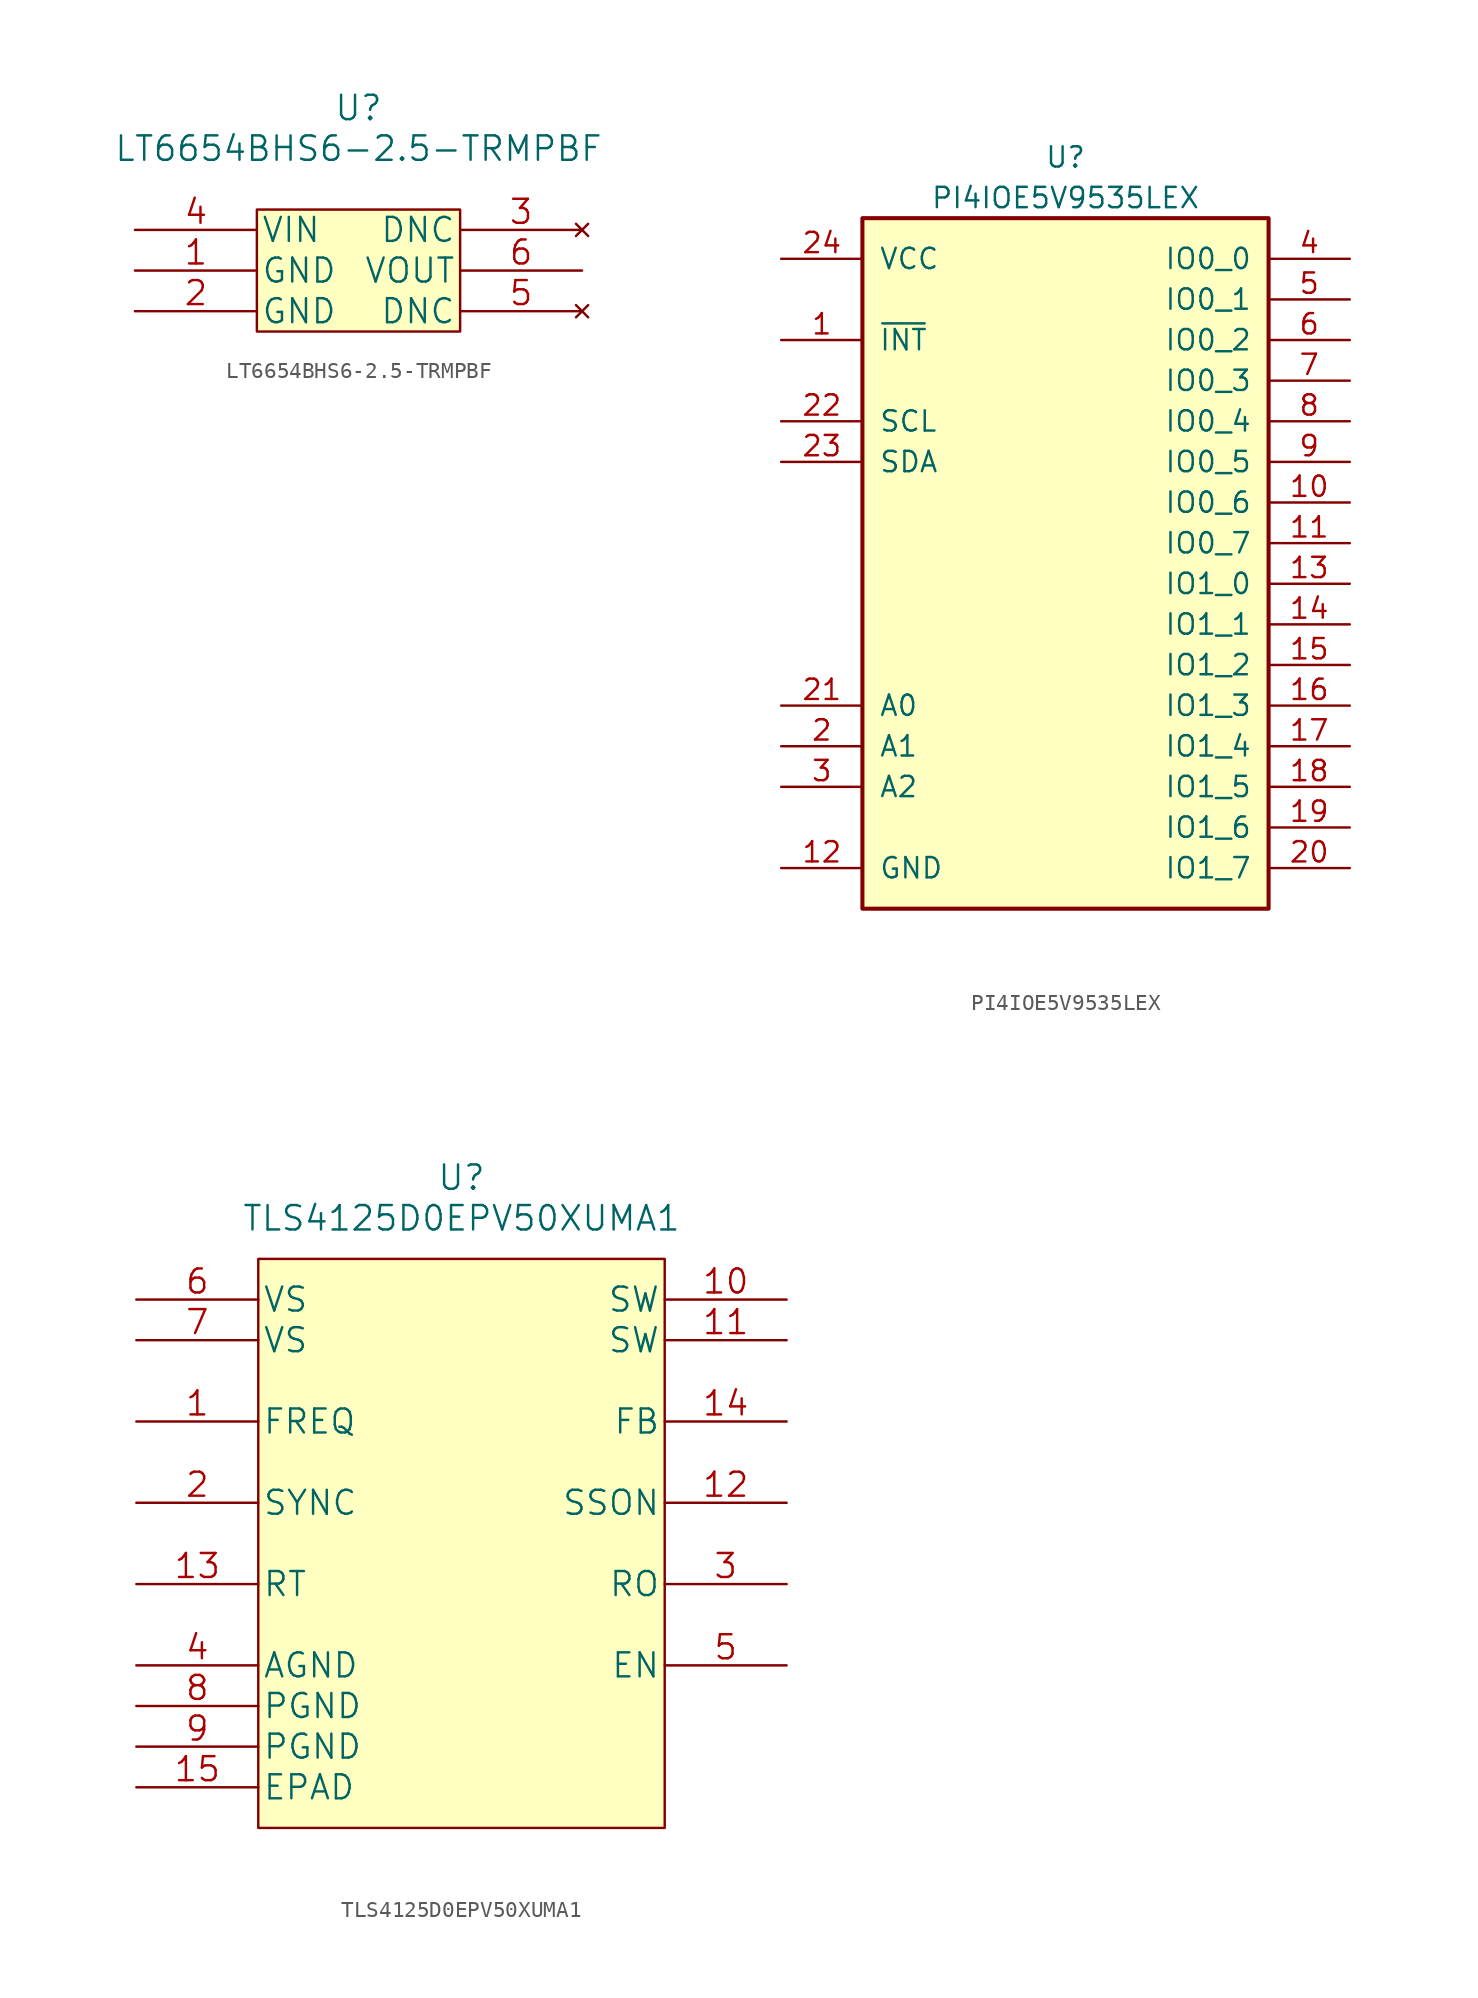
<source format=kicad_sym>
(kicad_symbol_lib
  (version 20211014)
  (generator kicad_symbol_editor)
  (symbol "LT6654BHS6-2.5-TRMPBF"
    (pin_names
      (offset 0.254))
    (property "Reference" "U"
      (at 0 10.16 0)
      (effects (font (size 1.524 1.524))))
    (property "Value" "LT6654BHS6-2.5-TRMPBF"
      (at 0 7.62 0)
      (effects (font (size 1.524 1.524))))
    (property "Datasheet" ""
      (at 1.27 0 0)
      (effects (font (size 1.524 1.524))))
    (symbol "LT6654BHS6-2.5-TRMPBF_0_1"
      (rectangle (start -6.35 3.81) (end 6.35 -3.81) (stroke (width 0) (type default) (color 0 0 0 0)) (fill (type background))))
    (symbol "LT6654BHS6-2.5-TRMPBF_1_1"
      (pin power_in line (at -13.97 0 0) (length 7.62) (name "GND" (effects (font (size 1.499 1.499)))) (number "1" (effects (font (size 1.499 1.499)))))
      (pin power_in line (at -13.97 -2.54 0) (length 7.62) (name "GND" (effects (font (size 1.499 1.499)))) (number "2" (effects (font (size 1.499 1.499)))))
      (pin no_connect line (at 13.97 2.54 180) (length 7.62) (name "DNC" (effects (font (size 1.499 1.499)))) (number "3" (effects (font (size 1.499 1.499)))))
      (pin input line (at -13.97 2.54 0) (length 7.62) (name "VIN" (effects (font (size 1.499 1.499)))) (number "4" (effects (font (size 1.499 1.499)))))
      (pin no_connect line (at 13.97 -2.54 180) (length 7.62) (name "DNC" (effects (font (size 1.499 1.499)))) (number "5" (effects (font (size 1.499 1.499)))))
      (pin output line (at 13.97 0 180) (length 7.62) (name "VOUT" (effects (font (size 1.499 1.499)))) (number "6" (effects (font (size 1.499 1.499)))))))
  (symbol "PI4IOE5V9535LEX"
    (pin_names
      (offset 1.016))
    (property "Reference" "U"
      (at 0 25.4 0)
      (effects (font (size 1.27 1.27))))
    (property "Value" "PI4IOE5V9535LEX"
      (at 0 22.86 0)
      (effects (font (size 1.27 1.27))))
    (symbol "PI4IOE5V9535LEX_0_1"
      (rectangle (start -12.7 21.59) (end 12.7 -21.59) (stroke (width 0.254) (type default) (color 0 0 0 0)) (fill (type background))))
    (symbol "PI4IOE5V9535LEX_1_1"
      (pin open_collector line (at -17.78 13.97 0) (length 5.08) (name "~{INT}" (effects (font (size 1.27 1.27)))) (number "1" (effects (font (size 1.27 1.27)))))
      (pin bidirectional line (at 17.78 3.81 180) (length 5.08) (name "IO0_6" (effects (font (size 1.27 1.27)))) (number "10" (effects (font (size 1.27 1.27)))))
      (pin bidirectional line (at 17.78 1.27 180) (length 5.08) (name "IO0_7" (effects (font (size 1.27 1.27)))) (number "11" (effects (font (size 1.27 1.27)))))
      (pin power_in line (at -17.78 -19.05 0) (length 5.08) (name "GND" (effects (font (size 1.27 1.27)))) (number "12" (effects (font (size 1.27 1.27)))))
      (pin bidirectional line (at 17.78 -1.27 180) (length 5.08) (name "IO1_0" (effects (font (size 1.27 1.27)))) (number "13" (effects (font (size 1.27 1.27)))))
      (pin bidirectional line (at 17.78 -3.81 180) (length 5.08) (name "IO1_1" (effects (font (size 1.27 1.27)))) (number "14" (effects (font (size 1.27 1.27)))))
      (pin bidirectional line (at 17.78 -6.35 180) (length 5.08) (name "IO1_2" (effects (font (size 1.27 1.27)))) (number "15" (effects (font (size 1.27 1.27)))))
      (pin bidirectional line (at 17.78 -8.89 180) (length 5.08) (name "IO1_3" (effects (font (size 1.27 1.27)))) (number "16" (effects (font (size 1.27 1.27)))))
      (pin bidirectional line (at 17.78 -11.43 180) (length 5.08) (name "IO1_4" (effects (font (size 1.27 1.27)))) (number "17" (effects (font (size 1.27 1.27)))))
      (pin bidirectional line (at 17.78 -13.97 180) (length 5.08) (name "IO1_5" (effects (font (size 1.27 1.27)))) (number "18" (effects (font (size 1.27 1.27)))))
      (pin bidirectional line (at 17.78 -16.51 180) (length 5.08) (name "IO1_6" (effects (font (size 1.27 1.27)))) (number "19" (effects (font (size 1.27 1.27)))))
      (pin input line (at -17.78 -11.43 0) (length 5.08) (name "A1" (effects (font (size 1.27 1.27)))) (number "2" (effects (font (size 1.27 1.27)))))
      (pin bidirectional line (at 17.78 -19.05 180) (length 5.08) (name "IO1_7" (effects (font (size 1.27 1.27)))) (number "20" (effects (font (size 1.27 1.27)))))
      (pin input line (at -17.78 -8.89 0) (length 5.08) (name "A0" (effects (font (size 1.27 1.27)))) (number "21" (effects (font (size 1.27 1.27)))))
      (pin input line (at -17.78 8.89 0) (length 5.08) (name "SCL" (effects (font (size 1.27 1.27)))) (number "22" (effects (font (size 1.27 1.27)))))
      (pin open_collector line (at -17.78 6.35 0) (length 5.08) (name "SDA" (effects (font (size 1.27 1.27)))) (number "23" (effects (font (size 1.27 1.27)))))
      (pin power_in line (at -17.78 19.05 0) (length 5.08) (name "VCC" (effects (font (size 1.27 1.27)))) (number "24" (effects (font (size 1.27 1.27)))))
      (pin input line (at -17.78 -13.97 0) (length 5.08) (name "A2" (effects (font (size 1.27 1.27)))) (number "3" (effects (font (size 1.27 1.27)))))
      (pin power_out line (at 17.78 19.05 180) (length 5.08) (name "IO0_0" (effects (font (size 1.27 1.27)))) (number "4" (effects (font (size 1.27 1.27)))))
      (pin bidirectional line (at 17.78 16.51 180) (length 5.08) (name "IO0_1" (effects (font (size 1.27 1.27)))) (number "5" (effects (font (size 1.27 1.27)))))
      (pin bidirectional line (at 17.78 13.97 180) (length 5.08) (name "IO0_2" (effects (font (size 1.27 1.27)))) (number "6" (effects (font (size 1.27 1.27)))))
      (pin bidirectional line (at 17.78 11.43 180) (length 5.08) (name "IO0_3" (effects (font (size 1.27 1.27)))) (number "7" (effects (font (size 1.27 1.27)))))
      (pin bidirectional line (at 17.78 8.89 180) (length 5.08) (name "IO0_4" (effects (font (size 1.27 1.27)))) (number "8" (effects (font (size 1.27 1.27)))))
      (pin bidirectional line (at 17.78 6.35 180) (length 5.08) (name "IO0_5" (effects (font (size 1.27 1.27)))) (number "9" (effects (font (size 1.27 1.27)))))))
  (symbol "TLS4125D0EPV50XUMA1"
    (pin_names
      (offset 0.254))
    (property "Reference" "U"
      (at 0 22.86 0)
      (effects (font (size 1.524 1.524))))
    (property "Value" "TLS4125D0EPV50XUMA1"
      (at 0 20.32 0)
      (effects (font (size 1.524 1.524))))
    (property "Datasheet" ""
      (at -20.32 11.43 0)
      (effects (font (size 1.524 1.524))))
    (symbol "TLS4125D0EPV50XUMA1_0_1"
      (rectangle (start -12.7 17.78) (end 12.7 -17.78) (stroke (width 0) (type default) (color 0 0 0 0)) (fill (type background))))
    (symbol "TLS4125D0EPV50XUMA1_1_1"
      (pin input line (at -20.32 7.62 0) (length 7.62) (name "FREQ" (effects (font (size 1.499 1.499)))) (number "1" (effects (font (size 1.499 1.499)))))
      (pin power_out line (at 20.32 15.24 180) (length 7.62) (name "SW" (effects (font (size 1.499 1.499)))) (number "10" (effects (font (size 1.499 1.499)))))
      (pin passive line (at 20.32 12.7 180) (length 7.62) (name "SW" (effects (font (size 1.499 1.499)))) (number "11" (effects (font (size 1.499 1.499)))))
      (pin input line (at 20.32 2.54 180) (length 7.62) (name "SSON" (effects (font (size 1.499 1.499)))) (number "12" (effects (font (size 1.499 1.499)))))
      (pin input line (at -20.32 -2.54 0) (length 7.62) (name "RT" (effects (font (size 1.499 1.499)))) (number "13" (effects (font (size 1.499 1.499)))))
      (pin input line (at 20.32 7.62 180) (length 7.62) (name "FB" (effects (font (size 1.499 1.499)))) (number "14" (effects (font (size 1.499 1.499)))))
      (pin power_in line (at -20.32 -15.24 0) (length 7.62) (name "EPAD" (effects (font (size 1.499 1.499)))) (number "15" (effects (font (size 1.499 1.499)))))
      (pin input line (at -20.32 2.54 0) (length 7.62) (name "SYNC" (effects (font (size 1.499 1.499)))) (number "2" (effects (font (size 1.499 1.499)))))
      (pin output line (at 20.32 -2.54 180) (length 7.62) (name "RO" (effects (font (size 1.499 1.499)))) (number "3" (effects (font (size 1.499 1.499)))))
      (pin power_in line (at -20.32 -7.62 0) (length 7.62) (name "AGND" (effects (font (size 1.499 1.499)))) (number "4" (effects (font (size 1.499 1.499)))))
      (pin input line (at 20.32 -7.62 180) (length 7.62) (name "EN" (effects (font (size 1.499 1.499)))) (number "5" (effects (font (size 1.499 1.499)))))
      (pin power_in line (at -20.32 15.24 0) (length 7.62) (name "VS" (effects (font (size 1.499 1.499)))) (number "6" (effects (font (size 1.499 1.499)))))
      (pin power_in line (at -20.32 12.7 0) (length 7.62) (name "VS" (effects (font (size 1.499 1.499)))) (number "7" (effects (font (size 1.499 1.499)))))
      (pin power_in line (at -20.32 -10.16 0) (length 7.62) (name "PGND" (effects (font (size 1.499 1.499)))) (number "8" (effects (font (size 1.499 1.499)))))
      (pin power_in line (at -20.32 -12.7 0) (length 7.62) (name "PGND" (effects (font (size 1.499 1.499)))) (number "9" (effects (font (size 1.499 1.499))))))))
</source>
